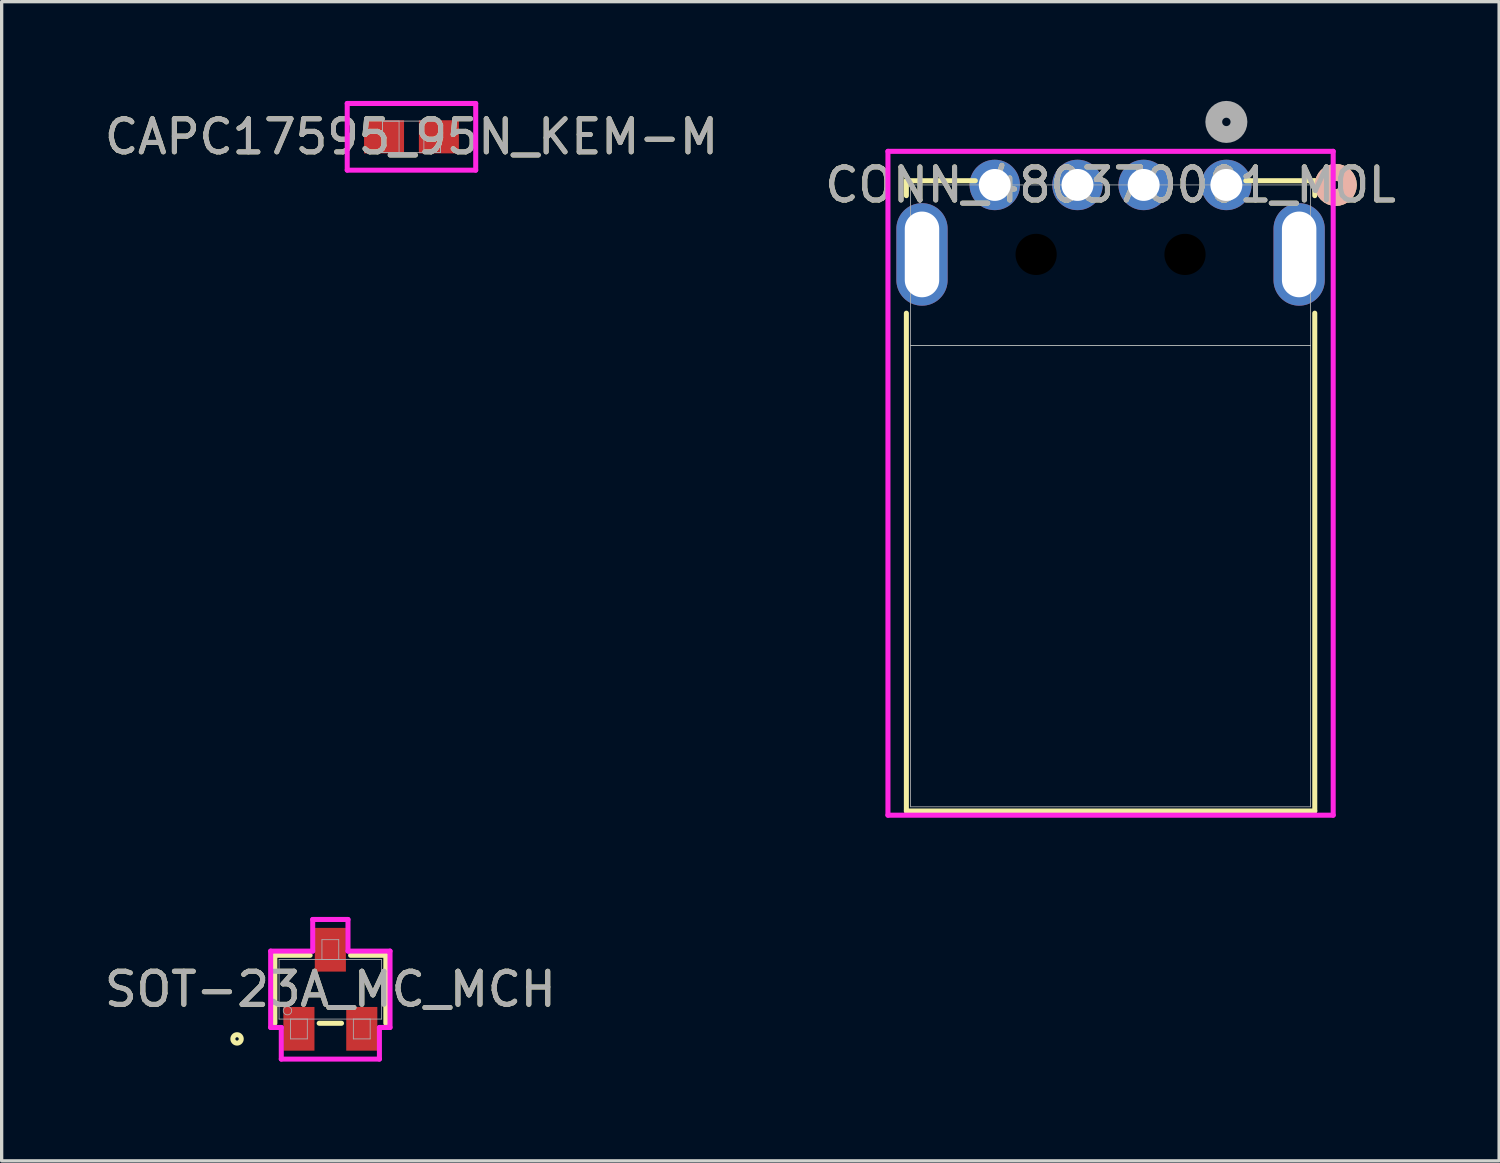
<source format=kicad_pcb>
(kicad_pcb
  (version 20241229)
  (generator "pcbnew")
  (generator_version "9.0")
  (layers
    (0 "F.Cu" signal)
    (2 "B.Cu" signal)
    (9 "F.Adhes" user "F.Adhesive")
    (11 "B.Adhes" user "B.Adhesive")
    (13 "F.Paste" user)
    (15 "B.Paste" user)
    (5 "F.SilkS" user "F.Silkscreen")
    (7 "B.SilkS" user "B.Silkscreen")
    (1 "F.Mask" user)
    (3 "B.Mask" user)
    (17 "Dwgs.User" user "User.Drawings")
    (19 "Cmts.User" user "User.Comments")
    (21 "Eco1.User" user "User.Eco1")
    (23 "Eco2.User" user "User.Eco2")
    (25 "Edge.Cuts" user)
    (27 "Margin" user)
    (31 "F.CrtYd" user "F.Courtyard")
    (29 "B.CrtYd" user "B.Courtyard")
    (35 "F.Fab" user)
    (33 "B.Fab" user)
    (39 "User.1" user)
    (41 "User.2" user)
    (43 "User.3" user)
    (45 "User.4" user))
  (footprint "CONN_480370001_MOL"
    (layer "F.Cu")
    (at 34.018 2.54)
    (property "Reference" "CONN_480370001_MOL" (at -3.5 0 0) (unlocked yes) (layer "F.SilkS") (effects (font (size 1 1) (thickness 0.15))))
    (attr through_hole)
    (fp_line (start -9.672 -0.127) (end -9.672 0.324) (stroke (width 0.152) (type solid)) (layer "F.SilkS"))
    (fp_line (start -9.672 3.876) (end -9.672 18.923) (stroke (width 0.152) (type solid)) (layer "F.SilkS"))
    (fp_line (start -9.672 18.923) (end 2.672 18.923) (stroke (width 0.152) (type solid)) (layer "F.SilkS"))
    (fp_line (start -7.587 -0.127) (end -9.672 -0.127) (stroke (width 0.152) (type solid)) (layer "F.SilkS"))
    (fp_line (start 2.672 -0.127) (end 0.587 -0.127) (stroke (width 0.152) (type solid)) (layer "F.SilkS"))
    (fp_line (start 2.672 0.324) (end 2.672 -0.127) (stroke (width 0.152) (type solid)) (layer "F.SilkS"))
    (fp_line (start 2.672 18.923) (end 2.672 3.876) (stroke (width 0.152) (type solid)) (layer "F.SilkS"))
    (fp_circle (center 3.307 0) (end 3.688 0) (stroke (width 0.508) (type solid)) (fill no) (layer "F.SilkS"))
    (fp_circle (center 3.307 0) (end 3.688 0) (stroke (width 0.508) (type solid)) (fill no) (layer "B.SilkS"))
    (fp_line (start 2.545 4.85) (end -9.545 4.85) (stroke (width 0.025) (type solid)) (layer "Edge.Cuts"))
    (fp_line (start -10.229 -1.016) (end -10.229 19.05) (stroke (width 0.152) (type solid)) (layer "F.CrtYd"))
    (fp_line (start -10.229 19.05) (end 3.229 19.05) (stroke (width 0.152) (type solid)) (layer "F.CrtYd"))
    (fp_line (start 3.229 -1.016) (end -10.229 -1.016) (stroke (width 0.152) (type solid)) (layer "F.CrtYd"))
    (fp_line (start 3.229 19.05) (end 3.229 -1.016) (stroke (width 0.152) (type solid)) (layer "F.CrtYd"))
    (fp_line (start -9.545 0) (end -9.545 18.796) (stroke (width 0.025) (type solid)) (layer "F.Fab"))
    (fp_line (start -9.545 18.796) (end 2.545 18.796) (stroke (width 0.025) (type solid)) (layer "F.Fab"))
    (fp_line (start 2.545 0) (end -9.545 0) (stroke (width 0.025) (type solid)) (layer "F.Fab"))
    (fp_line (start 2.545 18.796) (end 2.545 0) (stroke (width 0.025) (type solid)) (layer "F.Fab"))
    (fp_circle (center 0 -1.905) (end 0.381 -1.905) (stroke (width 0.508) (type solid)) (fill no) (layer "F.Fab"))
    (fp_text user "${REFERENCE}" (at -3.5 0 0) (unlocked yes) (layer "F.Fab") (effects (font (size 1 1) (thickness 0.15))))
    (pad "" np_thru_hole oval (at -9.2 2.1) (size 1.549 3.099) (drill oval 1.041 2.591) (layers "*.Cu" "*.Mask"))
    (pad "" np_thru_hole circle (at -5.75 2.1) (size 1.245 1.245) (drill 1.245) (layers))
    (pad "" np_thru_hole circle (at -1.25 2.1) (size 1.245 1.245) (drill 1.245) (layers))
    (pad "" np_thru_hole oval (at 2.2 2.1) (size 1.549 3.099) (drill oval 1.041 2.591) (layers "*.Cu" "*.Mask"))
    (pad "1" thru_hole circle (at 0 0) (size 1.524 1.524) (drill 0.965) (layers "*.Cu" "*.Mask"))
    (pad "2" thru_hole circle (at -2.5 0) (size 1.524 1.524) (drill 0.965) (layers "*.Cu" "*.Mask"))
    (pad "3" thru_hole circle (at -4.5 0) (size 1.524 1.524) (drill 0.965) (layers "*.Cu" "*.Mask"))
    (pad "4" thru_hole circle (at -7 0) (size 1.524 1.524) (drill 0.965) (layers "*.Cu" "*.Mask")))
  (footprint "SOT-23A_MC_MCH"
    (layer "F.Cu")
    (at 6.935 26.852)
    (property "Reference" "SOT-23A_MC_MCH" (at 0 0 0) (unlocked yes) (layer "F.SilkS") (effects (font (size 1 1) (thickness 0.15))))
    (attr smd)
    (fp_line (start -1.677 -1.027) (end -1.677 1.027) (stroke (width 0.152) (type solid)) (layer "F.SilkS"))
    (fp_line (start -0.612 -1.027) (end -1.677 -1.027) (stroke (width 0.152) (type solid)) (layer "F.SilkS"))
    (fp_line (start -0.338 1.027) (end 0.338 1.027) (stroke (width 0.152) (type solid)) (layer "F.SilkS"))
    (fp_line (start 1.677 -1.027) (end 0.612 -1.027) (stroke (width 0.152) (type solid)) (layer "F.SilkS"))
    (fp_line (start 1.677 1.027) (end 1.677 -1.027) (stroke (width 0.152) (type solid)) (layer "F.SilkS"))
    (fp_circle (center -2.82 1.5) (end -2.693 1.5) (stroke (width 0.152) (type solid)) (fill no) (layer "F.SilkS"))
    (fp_line (start -1.804 -1.154) (end -0.533 -1.154) (stroke (width 0.152) (type solid)) (layer "F.CrtYd"))
    (fp_line (start -1.804 1.154) (end -1.804 -1.154) (stroke (width 0.152) (type solid)) (layer "F.CrtYd"))
    (fp_line (start -1.804 1.154) (end -1.483 1.154) (stroke (width 0.152) (type solid)) (layer "F.CrtYd"))
    (fp_line (start -1.483 1.154) (end -1.483 2.11) (stroke (width 0.152) (type solid)) (layer "F.CrtYd"))
    (fp_line (start -1.483 2.11) (end 1.483 2.11) (stroke (width 0.152) (type solid)) (layer "F.CrtYd"))
    (fp_line (start -0.533 -2.11) (end 0.533 -2.11) (stroke (width 0.152) (type solid)) (layer "F.CrtYd"))
    (fp_line (start -0.533 -1.154) (end -0.533 -2.11) (stroke (width 0.152) (type solid)) (layer "F.CrtYd"))
    (fp_line (start 0.533 -1.154) (end 0.533 -2.11) (stroke (width 0.152) (type solid)) (layer "F.CrtYd"))
    (fp_line (start 1.483 1.154) (end 1.483 2.11) (stroke (width 0.152) (type solid)) (layer "F.CrtYd"))
    (fp_line (start 1.804 -1.154) (end 0.533 -1.154) (stroke (width 0.152) (type solid)) (layer "F.CrtYd"))
    (fp_line (start 1.804 -1.154) (end 1.804 1.154) (stroke (width 0.152) (type solid)) (layer "F.CrtYd"))
    (fp_line (start 1.804 1.154) (end 1.483 1.154) (stroke (width 0.152) (type solid)) (layer "F.CrtYd"))
    (fp_line (start -1.55 -0.9) (end -1.55 0.9) (stroke (width 0.025) (type solid)) (layer "F.Fab"))
    (fp_line (start -1.55 0.9) (end 1.55 0.9) (stroke (width 0.025) (type solid)) (layer "F.Fab"))
    (fp_line (start -1.204 0.9) (end -1.204 1.5) (stroke (width 0.025) (type solid)) (layer "F.Fab"))
    (fp_line (start -1.204 1.5) (end -0.696 1.5) (stroke (width 0.025) (type solid)) (layer "F.Fab"))
    (fp_line (start -0.696 0.9) (end -1.204 0.9) (stroke (width 0.025) (type solid)) (layer "F.Fab"))
    (fp_line (start -0.696 1.5) (end -0.696 0.9) (stroke (width 0.025) (type solid)) (layer "F.Fab"))
    (fp_line (start -0.254 -1.5) (end -0.254 -0.9) (stroke (width 0.025) (type solid)) (layer "F.Fab"))
    (fp_line (start -0.254 -0.9) (end 0.254 -0.9) (stroke (width 0.025) (type solid)) (layer "F.Fab"))
    (fp_line (start 0.254 -1.5) (end -0.254 -1.5) (stroke (width 0.025) (type solid)) (layer "F.Fab"))
    (fp_line (start 0.254 -0.9) (end 0.254 -1.5) (stroke (width 0.025) (type solid)) (layer "F.Fab"))
    (fp_line (start 0.696 0.9) (end 0.696 1.5) (stroke (width 0.025) (type solid)) (layer "F.Fab"))
    (fp_line (start 0.696 1.5) (end 1.204 1.5) (stroke (width 0.025) (type solid)) (layer "F.Fab"))
    (fp_line (start 1.204 0.9) (end 0.696 0.9) (stroke (width 0.025) (type solid)) (layer "F.Fab"))
    (fp_line (start 1.204 1.5) (end 1.204 0.9) (stroke (width 0.025) (type solid)) (layer "F.Fab"))
    (fp_line (start 1.55 -0.9) (end -1.55 -0.9) (stroke (width 0.025) (type solid)) (layer "F.Fab"))
    (fp_line (start 1.55 0.9) (end 1.55 -0.9) (stroke (width 0.025) (type solid)) (layer "F.Fab"))
    (fp_circle (center -1.296 0.646) (end -1.169 0.646) (stroke (width 0.025) (type solid)) (fill no) (layer "F.Fab"))
    (fp_text user "${REFERENCE}" (at 0 0 0) (unlocked yes) (layer "F.Fab") (effects (font (size 1 1) (thickness 0.15))))
    (pad "1" smd rect (at -0.95 1.195) (size 0.94 1.321) (layers "F.Cu" "F.Mask" "F.Paste"))
    (pad "2" smd rect (at 0.95 1.195) (size 0.94 1.321) (layers "F.Cu" "F.Mask" "F.Paste"))
    (pad "3" smd rect (at 0 -1.195) (size 0.94 1.321) (layers "F.Cu" "F.Mask" "F.Paste")))
  (footprint "CAPC17595_95N_KEM-M"
    (layer "F.Cu")
    (at 9.387 1.085)
    (property "Reference" "CAPC17595_95N_KEM-M" (at 0 0 0) (unlocked yes) (layer "F.SilkS") (effects (font (size 1 1) (thickness 0.15))))
    (attr smd)
    (fp_line (start -1.942 -1.008) (end 1.942 -1.008) (stroke (width 0.152) (type solid)) (layer "F.CrtYd"))
    (fp_line (start -1.942 1.008) (end -1.942 -1.008) (stroke (width 0.152) (type solid)) (layer "F.CrtYd"))
    (fp_line (start 1.942 -1.008) (end 1.942 1.008) (stroke (width 0.152) (type solid)) (layer "F.CrtYd"))
    (fp_line (start 1.942 1.008) (end -1.942 1.008) (stroke (width 0.152) (type solid)) (layer "F.CrtYd"))
    (fp_line (start -0.875 -0.475) (end -0.875 0.475) (stroke (width 0.025) (type solid)) (layer "F.Fab"))
    (fp_line (start -0.875 -0.475) (end -0.875 0.475) (stroke (width 0.025) (type solid)) (layer "F.Fab"))
    (fp_line (start -0.875 0.475) (end -0.375 0.475) (stroke (width 0.025) (type solid)) (layer "F.Fab"))
    (fp_line (start -0.875 0.475) (end 0.875 0.475) (stroke (width 0.025) (type solid)) (layer "F.Fab"))
    (fp_line (start -0.375 -0.475) (end -0.875 -0.475) (stroke (width 0.025) (type solid)) (layer "F.Fab"))
    (fp_line (start -0.375 0.475) (end -0.375 -0.475) (stroke (width 0.025) (type solid)) (layer "F.Fab"))
    (fp_line (start 0.375 -0.475) (end 0.375 0.475) (stroke (width 0.025) (type solid)) (layer "F.Fab"))
    (fp_line (start 0.375 0.475) (end 0.875 0.475) (stroke (width 0.025) (type solid)) (layer "F.Fab"))
    (fp_line (start 0.875 -0.475) (end -0.875 -0.475) (stroke (width 0.025) (type solid)) (layer "F.Fab"))
    (fp_line (start 0.875 -0.475) (end 0.375 -0.475) (stroke (width 0.025) (type solid)) (layer "F.Fab"))
    (fp_line (start 0.875 0.475) (end 0.875 -0.475) (stroke (width 0.025) (type solid)) (layer "F.Fab"))
    (fp_line (start 0.875 0.475) (end 0.875 -0.475) (stroke (width 0.025) (type solid)) (layer "F.Fab"))
    (fp_text user "${REFERENCE}" (at 0 0 0) (unlocked yes) (layer "F.Fab") (effects (font (size 1 1) (thickness 0.15))))
    (pad "1" smd rect (at -0.829 0) (size 1.209 1.001) (layers "F.Cu" "F.Mask" "F.Paste"))
    (pad "2" smd rect (at 0.829 0) (size 1.209 1.001) (layers "F.Cu" "F.Mask" "F.Paste"))
    (zone (net_name "") (layer "F.Cu") (hatch full 0.508) (connect_pads) (min_thickness 0.254) (filled_areas_thickness no) (keepout (tracks not_allowed) (vias not_allowed) (pads allowed) (copperpour not_allowed) (footprints allowed)) (placement (enabled no)) (fill) (polygon (pts (xy 9.213 0.66) (xy 9.561 0.66) (xy 9.561 1.509) (xy 9.213 1.509)))))
  (gr_rect
    (start -3 -3)
    (end 42.262 32.038)
    (stroke (width 0.1) (type default))
    (fill no)
    (layer "Edge.Cuts")))
</source>
